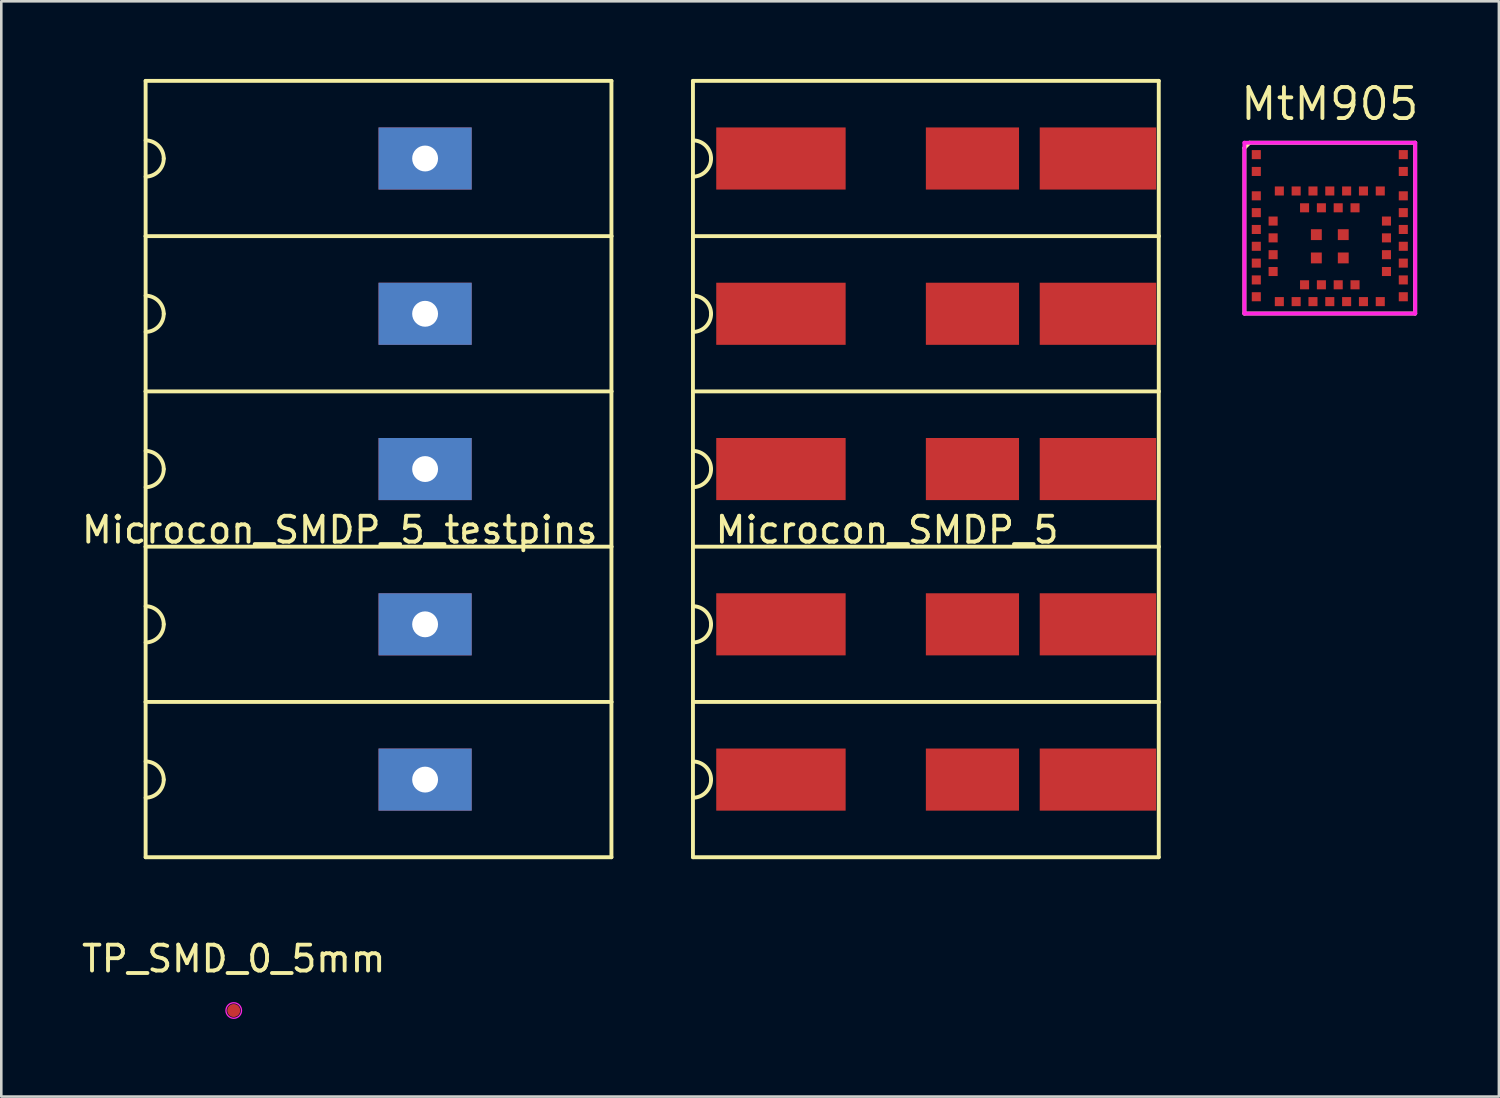
<source format=kicad_pcb>
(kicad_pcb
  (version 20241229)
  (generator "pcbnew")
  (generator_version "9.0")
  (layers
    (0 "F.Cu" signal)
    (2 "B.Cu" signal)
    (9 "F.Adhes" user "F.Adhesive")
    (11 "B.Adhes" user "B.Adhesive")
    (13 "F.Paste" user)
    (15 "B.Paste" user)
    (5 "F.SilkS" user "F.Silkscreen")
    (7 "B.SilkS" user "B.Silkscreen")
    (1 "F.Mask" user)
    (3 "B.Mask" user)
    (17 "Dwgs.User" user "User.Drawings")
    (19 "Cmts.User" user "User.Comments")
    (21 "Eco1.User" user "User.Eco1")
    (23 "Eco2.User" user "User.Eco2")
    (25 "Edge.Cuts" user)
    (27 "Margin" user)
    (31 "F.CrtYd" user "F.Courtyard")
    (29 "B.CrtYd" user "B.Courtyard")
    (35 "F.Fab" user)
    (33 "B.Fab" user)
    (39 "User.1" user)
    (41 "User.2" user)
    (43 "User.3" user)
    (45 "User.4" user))
  (footprint "MtM905"
    (layer "F.Cu")
    (at 48.336 5.765)
    (property "Reference" "MtM905" (at 0 -4.8 0) (layer "F.SilkS") (effects (font (size 1.2 1.2) (thickness 0.15))))
    (attr through_hole)
    (fp_line (start -3.3 -3.1) (end -3.3 3.3) (stroke (width 0.15) (type solid)) (layer "F.SilkS"))
    (fp_line (start -3.3 3.3) (end 3.3 3.3) (stroke (width 0.15) (type solid)) (layer "F.SilkS"))
    (fp_line (start -3.1 -3.3) (end -3.3 -3.1) (stroke (width 0.15) (type solid)) (layer "F.SilkS"))
    (fp_line (start 3.3 -3.3) (end -3.1 -3.3) (stroke (width 0.15) (type solid)) (layer "F.SilkS"))
    (fp_line (start 3.3 3.3) (end 3.3 -3.3) (stroke (width 0.15) (type solid)) (layer "F.SilkS"))
    (fp_line (start -3.3 -3.3) (end 3.3 -3.3) (stroke (width 0.15) (type solid)) (layer "F.CrtYd"))
    (fp_line (start -3.3 3.3) (end -3.3 -3.3) (stroke (width 0.15) (type solid)) (layer "F.CrtYd"))
    (fp_line (start 3.3 -3.3) (end 3.3 3.3) (stroke (width 0.15) (type solid)) (layer "F.CrtYd"))
    (fp_line (start 3.3 3.3) (end -3.3 3.3) (stroke (width 0.15) (type solid)) (layer "F.CrtYd"))
    (pad "1" smd rect (at -2.84 -2.84) (size 0.35 0.35) (layers "F.Cu" "F.Mask" "F.Paste"))
    (pad "2" smd rect (at -2.84 -2.19) (size 0.35 0.35) (layers "F.Cu" "F.Mask" "F.Paste"))
    (pad "3" smd rect (at -2.84 -1.248) (size 0.35 0.35) (layers "F.Cu" "F.Mask" "F.Paste"))
    (pad "4" smd rect (at -2.84 -0.598) (size 0.35 0.35) (layers "F.Cu" "F.Mask" "F.Paste"))
    (pad "5" smd rect (at -2.84 0.052) (size 0.35 0.35) (layers "F.Cu" "F.Mask" "F.Paste"))
    (pad "6" smd rect (at -2.84 0.702) (size 0.35 0.35) (layers "F.Cu" "F.Mask" "F.Paste"))
    (pad "7" smd rect (at -2.84 1.352) (size 0.35 0.35) (layers "F.Cu" "F.Mask" "F.Paste"))
    (pad "8" smd rect (at -2.84 2.002) (size 0.35 0.35) (layers "F.Cu" "F.Mask" "F.Paste"))
    (pad "9" smd rect (at -2.84 2.652) (size 0.35 0.35) (layers "F.Cu" "F.Mask" "F.Paste"))
    (pad "10" smd rect (at -2.19 -0.273) (size 0.35 0.35) (layers "F.Cu" "F.Mask" "F.Paste"))
    (pad "11" smd rect (at -2.19 0.377) (size 0.35 0.35) (layers "F.Cu" "F.Mask" "F.Paste"))
    (pad "12" smd rect (at -2.19 1.027) (size 0.35 0.35) (layers "F.Cu" "F.Mask" "F.Paste"))
    (pad "13" smd rect (at -2.19 1.677) (size 0.35 0.35) (layers "F.Cu" "F.Mask" "F.Paste"))
    (pad "14" smd rect (at -1.95 2.84) (size 0.35 0.35) (layers "F.Cu" "F.Mask" "F.Paste"))
    (pad "15" smd rect (at -1.3 2.84) (size 0.35 0.35) (layers "F.Cu" "F.Mask" "F.Paste"))
    (pad "16" smd rect (at -0.65 2.84) (size 0.35 0.35) (layers "F.Cu" "F.Mask" "F.Paste"))
    (pad "17" smd rect (at 0 2.84) (size 0.35 0.35) (layers "F.Cu" "F.Mask" "F.Paste"))
    (pad "18" smd rect (at 0.65 2.84) (size 0.35 0.35) (layers "F.Cu" "F.Mask" "F.Paste"))
    (pad "19" smd rect (at 1.3 2.84) (size 0.35 0.35) (layers "F.Cu" "F.Mask" "F.Paste"))
    (pad "20" smd rect (at 1.95 2.84) (size 0.35 0.35) (layers "F.Cu" "F.Mask" "F.Paste"))
    (pad "21" smd rect (at -0.975 2.19) (size 0.35 0.35) (layers "F.Cu" "F.Mask" "F.Paste"))
    (pad "22" smd rect (at -0.325 2.19) (size 0.35 0.35) (layers "F.Cu" "F.Mask" "F.Paste"))
    (pad "23" smd rect (at 0.325 2.19) (size 0.35 0.35) (layers "F.Cu" "F.Mask" "F.Paste"))
    (pad "24" smd rect (at 0.975 2.19) (size 0.35 0.35) (layers "F.Cu" "F.Mask" "F.Paste"))
    (pad "25" smd rect (at 2.84 2.652) (size 0.35 0.35) (layers "F.Cu" "F.Mask" "F.Paste"))
    (pad "26" smd rect (at 2.84 2.002) (size 0.35 0.35) (layers "F.Cu" "F.Mask" "F.Paste"))
    (pad "27" smd rect (at 2.84 1.352) (size 0.35 0.35) (layers "F.Cu" "F.Mask" "F.Paste"))
    (pad "28" smd rect (at 2.84 0.702) (size 0.35 0.35) (layers "F.Cu" "F.Mask" "F.Paste"))
    (pad "29" smd rect (at 2.84 0.052) (size 0.35 0.35) (layers "F.Cu" "F.Mask" "F.Paste"))
    (pad "30" smd rect (at 2.84 -0.598) (size 0.35 0.35) (layers "F.Cu" "F.Mask" "F.Paste"))
    (pad "31" smd rect (at 2.84 -1.248) (size 0.35 0.35) (layers "F.Cu" "F.Mask" "F.Paste"))
    (pad "32" smd rect (at 2.84 -2.19) (size 0.35 0.35) (layers "F.Cu" "F.Mask" "F.Paste"))
    (pad "33" smd rect (at 2.84 -2.84) (size 0.35 0.35) (layers "F.Cu" "F.Mask" "F.Paste"))
    (pad "34" smd rect (at 2.19 1.677) (size 0.35 0.35) (layers "F.Cu" "F.Mask" "F.Paste"))
    (pad "35" smd rect (at 2.19 1.027) (size 0.35 0.35) (layers "F.Cu" "F.Mask" "F.Paste"))
    (pad "36" smd rect (at 2.19 0.377) (size 0.35 0.35) (layers "F.Cu" "F.Mask" "F.Paste"))
    (pad "37" smd rect (at 2.19 -0.273) (size 0.35 0.35) (layers "F.Cu" "F.Mask" "F.Paste"))
    (pad "38" smd rect (at 1.95 -1.435) (size 0.35 0.35) (layers "F.Cu" "F.Mask" "F.Paste"))
    (pad "39" smd rect (at 1.3 -1.435) (size 0.35 0.35) (layers "F.Cu" "F.Mask" "F.Paste"))
    (pad "40" smd rect (at 0.65 -1.435) (size 0.35 0.35) (layers "F.Cu" "F.Mask" "F.Paste"))
    (pad "41" smd rect (at 0 -1.435) (size 0.35 0.35) (layers "F.Cu" "F.Mask" "F.Paste"))
    (pad "42" smd rect (at -0.65 -1.435) (size 0.35 0.35) (layers "F.Cu" "F.Mask" "F.Paste"))
    (pad "43" smd rect (at -1.3 -1.435) (size 0.35 0.35) (layers "F.Cu" "F.Mask" "F.Paste"))
    (pad "44" smd rect (at -1.95 -1.435) (size 0.35 0.35) (layers "F.Cu" "F.Mask" "F.Paste"))
    (pad "45" smd rect (at 0.975 -0.785) (size 0.35 0.35) (layers "F.Cu" "F.Mask" "F.Paste"))
    (pad "46" smd rect (at 0.325 -0.785) (size 0.35 0.35) (layers "F.Cu" "F.Mask" "F.Paste"))
    (pad "47" smd rect (at -0.325 -0.785) (size 0.35 0.35) (layers "F.Cu" "F.Mask" "F.Paste"))
    (pad "48" smd rect (at -0.975 -0.785) (size 0.35 0.35) (layers "F.Cu" "F.Mask" "F.Paste"))
    (pad "49" smd rect (at -0.52 0.252) (size 0.42 0.42) (layers "F.Cu" "F.Mask" "F.Paste"))
    (pad "50" smd rect (at -0.52 1.152) (size 0.42 0.42) (layers "F.Cu" "F.Mask" "F.Paste"))
    (pad "51" smd rect (at 0.52 1.152) (size 0.42 0.42) (layers "F.Cu" "F.Mask" "F.Paste"))
    (pad "52" smd rect (at 0.52 0.252) (size 0.42 0.42) (layers "F.Cu" "F.Mask" "F.Paste")))
  (footprint "Microcon_SMDP_5_testpins"
    (placed yes)
    (layer "F.Cu")
    (at 11.577 15.075)
    (property "Reference" "Microcon_SMDP_5_testpins" (at -1.5 2.35 0) (layer "F.SilkS") (effects (font (size 1 1) (thickness 0.15))))
    (attr through_hole)
    (fp_line (start -9 -15) (end 9 -15) (stroke (width 0.15) (type solid)) (layer "F.SilkS"))
    (fp_line (start -9 -9) (end -9 -15) (stroke (width 0.15) (type solid)) (layer "F.SilkS"))
    (fp_line (start -9 -9) (end 9 -9) (stroke (width 0.15) (type solid)) (layer "F.SilkS"))
    (fp_line (start -9 -3) (end -9 -9) (stroke (width 0.15) (type solid)) (layer "F.SilkS"))
    (fp_line (start -9 -3) (end 9 -3) (stroke (width 0.15) (type solid)) (layer "F.SilkS"))
    (fp_line (start -9 3) (end -9 -3) (stroke (width 0.15) (type solid)) (layer "F.SilkS"))
    (fp_line (start -9 3) (end 9 3) (stroke (width 0.15) (type solid)) (layer "F.SilkS"))
    (fp_line (start -9 9) (end -9 3) (stroke (width 0.15) (type solid)) (layer "F.SilkS"))
    (fp_line (start -9 15) (end -9 9) (stroke (width 0.15) (type solid)) (layer "F.SilkS"))
    (fp_line (start 9 -15) (end 9 -9) (stroke (width 0.15) (type solid)) (layer "F.SilkS"))
    (fp_line (start 9 -9) (end 9 -3) (stroke (width 0.15) (type solid)) (layer "F.SilkS"))
    (fp_line (start 9 -3) (end 9 3) (stroke (width 0.15) (type solid)) (layer "F.SilkS"))
    (fp_line (start 9 3) (end 9 9) (stroke (width 0.15) (type solid)) (layer "F.SilkS"))
    (fp_line (start 9 9) (end -9 9) (stroke (width 0.15) (type solid)) (layer "F.SilkS"))
    (fp_line (start 9 9) (end 9 15) (stroke (width 0.15) (type solid)) (layer "F.SilkS"))
    (fp_line (start 9 15) (end -9 15) (stroke (width 0.15) (type solid)) (layer "F.SilkS"))
    (fp_arc (start -9 -12.7) (mid -8.505025 -12.494975) (end -8.3 -12) (stroke (width 0.15) (type solid)) (layer "F.SilkS"))
    (fp_arc (start -9 -6.7) (mid -8.505025 -6.494975) (end -8.3 -6) (stroke (width 0.15) (type solid)) (layer "F.SilkS"))
    (fp_arc (start -9 -0.7) (mid -8.505025 -0.494975) (end -8.3 0) (stroke (width 0.15) (type solid)) (layer "F.SilkS"))
    (fp_arc (start -9 5.3) (mid -8.505025 5.505025) (end -8.3 6) (stroke (width 0.15) (type solid)) (layer "F.SilkS"))
    (fp_arc (start -9 11.3) (mid -8.505025 11.505025) (end -8.3 12) (stroke (width 0.15) (type solid)) (layer "F.SilkS"))
    (fp_arc (start -8.3 -12) (mid -8.505025 -11.505025) (end -9 -11.3) (stroke (width 0.15) (type solid)) (layer "F.SilkS"))
    (fp_arc (start -8.3 -6) (mid -8.505025 -5.505025) (end -9 -5.3) (stroke (width 0.15) (type solid)) (layer "F.SilkS"))
    (fp_arc (start -8.3 0) (mid -8.505025 0.494975) (end -9 0.7) (stroke (width 0.15) (type solid)) (layer "F.SilkS"))
    (fp_arc (start -8.3 6) (mid -8.505025 6.494975) (end -9 6.7) (stroke (width 0.15) (type solid)) (layer "F.SilkS"))
    (fp_arc (start -8.3 12) (mid -8.505025 12.494975) (end -9 12.7) (stroke (width 0.15) (type solid)) (layer "F.SilkS"))
    (pad "1" thru_hole rect (at 1.8 -12) (size 3.6 2.4) (drill 1) (layers "*.Cu" "*.Mask"))
    (pad "2" thru_hole rect (at 1.8 -6) (size 3.6 2.4) (drill 1) (layers "*.Cu" "*.Mask"))
    (pad "3" thru_hole rect (at 1.8 0) (size 3.6 2.4) (drill 1) (layers "*.Cu" "*.Mask"))
    (pad "4" thru_hole rect (at 1.8 6) (size 3.6 2.4) (drill 1) (layers "*.Cu" "*.Mask"))
    (pad "5" thru_hole rect (at 1.8 12) (size 3.6 2.4) (drill 1) (layers "*.Cu" "*.Mask")))
  (footprint "TP_SMD_0_5mm"
    (layer "F.Cu")
    (at 5.982 35.998)
    (property "Reference" "TP_SMD_0_5mm" (at 0 -2 0) (layer "F.SilkS") (effects (font (size 1 1) (thickness 0.15))))
    (attr exclude_from_pos_files exclude_from_bom)
    (fp_circle (center 0 0) (end 0.3 0) (stroke (width 0.05) (type solid)) (fill no) (layer "F.CrtYd"))
    (pad "1" smd circle (at 0 0) (size 0.5 0.5) (layers "F.Cu" "F.Mask")))
  (footprint "Microcon_SMDP_5"
    (placed yes)
    (layer "F.Cu")
    (at 32.727 15.075)
    (property "Reference" "Microcon_SMDP_5" (at -1.5 2.35 0) (layer "F.SilkS") (effects (font (size 1 1) (thickness 0.15))))
    (attr through_hole)
    (fp_line (start -9 -15) (end 9 -15) (stroke (width 0.15) (type solid)) (layer "F.SilkS"))
    (fp_line (start -9 -9) (end -9 -15) (stroke (width 0.15) (type solid)) (layer "F.SilkS"))
    (fp_line (start -9 -9) (end 9 -9) (stroke (width 0.15) (type solid)) (layer "F.SilkS"))
    (fp_line (start -9 -3) (end -9 -9) (stroke (width 0.15) (type solid)) (layer "F.SilkS"))
    (fp_line (start -9 -3) (end 9 -3) (stroke (width 0.15) (type solid)) (layer "F.SilkS"))
    (fp_line (start -9 3) (end -9 -3) (stroke (width 0.15) (type solid)) (layer "F.SilkS"))
    (fp_line (start -9 3) (end 9 3) (stroke (width 0.15) (type solid)) (layer "F.SilkS"))
    (fp_line (start -9 9) (end -9 3) (stroke (width 0.15) (type solid)) (layer "F.SilkS"))
    (fp_line (start -9 15) (end -9 9) (stroke (width 0.15) (type solid)) (layer "F.SilkS"))
    (fp_line (start 9 -15) (end 9 -9) (stroke (width 0.15) (type solid)) (layer "F.SilkS"))
    (fp_line (start 9 -9) (end 9 -3) (stroke (width 0.15) (type solid)) (layer "F.SilkS"))
    (fp_line (start 9 -3) (end 9 3) (stroke (width 0.15) (type solid)) (layer "F.SilkS"))
    (fp_line (start 9 3) (end 9 9) (stroke (width 0.15) (type solid)) (layer "F.SilkS"))
    (fp_line (start 9 9) (end -9 9) (stroke (width 0.15) (type solid)) (layer "F.SilkS"))
    (fp_line (start 9 9) (end 9 15) (stroke (width 0.15) (type solid)) (layer "F.SilkS"))
    (fp_line (start 9 15) (end -9 15) (stroke (width 0.15) (type solid)) (layer "F.SilkS"))
    (fp_arc (start -9 -12.7) (mid -8.505025 -12.494975) (end -8.3 -12) (stroke (width 0.15) (type solid)) (layer "F.SilkS"))
    (fp_arc (start -9 -6.7) (mid -8.505025 -6.494975) (end -8.3 -6) (stroke (width 0.15) (type solid)) (layer "F.SilkS"))
    (fp_arc (start -9 -0.7) (mid -8.505025 -0.494975) (end -8.3 0) (stroke (width 0.15) (type solid)) (layer "F.SilkS"))
    (fp_arc (start -9 5.3) (mid -8.505025 5.505025) (end -8.3 6) (stroke (width 0.15) (type solid)) (layer "F.SilkS"))
    (fp_arc (start -9 11.3) (mid -8.505025 11.505025) (end -8.3 12) (stroke (width 0.15) (type solid)) (layer "F.SilkS"))
    (fp_arc (start -8.3 -12) (mid -8.505025 -11.505025) (end -9 -11.3) (stroke (width 0.15) (type solid)) (layer "F.SilkS"))
    (fp_arc (start -8.3 -6) (mid -8.505025 -5.505025) (end -9 -5.3) (stroke (width 0.15) (type solid)) (layer "F.SilkS"))
    (fp_arc (start -8.3 0) (mid -8.505025 0.494975) (end -9 0.7) (stroke (width 0.15) (type solid)) (layer "F.SilkS"))
    (fp_arc (start -8.3 6) (mid -8.505025 6.494975) (end -9 6.7) (stroke (width 0.15) (type solid)) (layer "F.SilkS"))
    (fp_arc (start -8.3 12) (mid -8.505025 12.494975) (end -9 12.7) (stroke (width 0.15) (type solid)) (layer "F.SilkS"))
    (pad "1" smd rect (at -5.6 -12) (size 5 2.4) (layers "F.Cu" "F.Mask" "F.Paste"))
    (pad "1" smd rect (at 1.8 -12) (size 3.6 2.4) (layers "F.Cu" "F.Mask" "F.Paste"))
    (pad "1" smd rect (at 6.65 -12) (size 4.5 2.4) (layers "F.Cu" "F.Mask" "F.Paste"))
    (pad "2" smd rect (at -5.6 -6) (size 5 2.4) (layers "F.Cu" "F.Mask" "F.Paste"))
    (pad "2" smd rect (at 1.8 -6) (size 3.6 2.4) (layers "F.Cu" "F.Mask" "F.Paste"))
    (pad "2" smd rect (at 6.65 -6) (size 4.5 2.4) (layers "F.Cu" "F.Mask" "F.Paste"))
    (pad "3" smd rect (at -5.6 0) (size 5 2.4) (layers "F.Cu" "F.Mask" "F.Paste"))
    (pad "3" smd rect (at 1.8 0) (size 3.6 2.4) (layers "F.Cu" "F.Mask" "F.Paste"))
    (pad "3" smd rect (at 6.65 0) (size 4.5 2.4) (layers "F.Cu" "F.Mask" "F.Paste"))
    (pad "4" smd rect (at -5.6 6) (size 5 2.4) (layers "F.Cu" "F.Mask" "F.Paste"))
    (pad "4" smd rect (at 1.8 6) (size 3.6 2.4) (layers "F.Cu" "F.Mask" "F.Paste"))
    (pad "4" smd rect (at 6.65 6) (size 4.5 2.4) (layers "F.Cu" "F.Mask" "F.Paste"))
    (pad "5" smd rect (at -5.6 12) (size 5 2.4) (layers "F.Cu" "F.Mask" "F.Paste"))
    (pad "5" smd rect (at 1.8 12) (size 3.6 2.4) (layers "F.Cu" "F.Mask" "F.Paste"))
    (pad "5" smd rect (at 6.65 12) (size 4.5 2.4) (layers "F.Cu" "F.Mask" "F.Paste")))
  (gr_rect
    (start -3 -3)
    (end 54.87 39.323)
    (stroke (width 0.1) (type default))
    (fill no)
    (layer "Edge.Cuts")))
</source>
